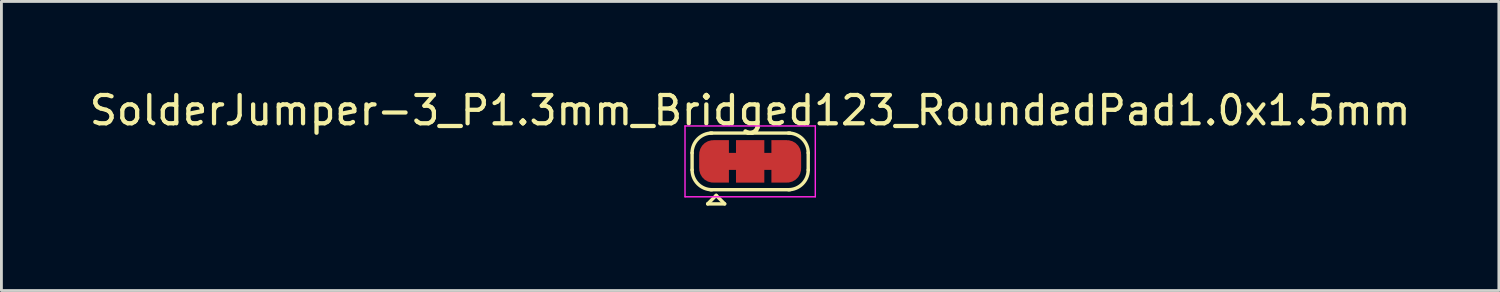
<source format=kicad_pcb>
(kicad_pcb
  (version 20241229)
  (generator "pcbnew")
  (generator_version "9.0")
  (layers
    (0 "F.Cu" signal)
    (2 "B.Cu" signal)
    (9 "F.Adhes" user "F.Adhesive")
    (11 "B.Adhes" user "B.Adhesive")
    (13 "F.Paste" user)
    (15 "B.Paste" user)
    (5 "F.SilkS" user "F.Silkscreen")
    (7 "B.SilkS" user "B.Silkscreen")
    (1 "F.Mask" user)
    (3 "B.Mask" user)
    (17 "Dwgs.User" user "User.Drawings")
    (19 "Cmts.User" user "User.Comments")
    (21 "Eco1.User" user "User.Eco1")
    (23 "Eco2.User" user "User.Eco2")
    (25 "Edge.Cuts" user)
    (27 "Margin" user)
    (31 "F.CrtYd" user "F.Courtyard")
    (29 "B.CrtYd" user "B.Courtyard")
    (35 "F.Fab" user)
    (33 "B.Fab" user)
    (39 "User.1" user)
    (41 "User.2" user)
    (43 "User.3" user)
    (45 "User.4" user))
  (footprint "SolderJumper-3_P1.3mm_Bridged123_RoundedPad1.0x1.5mm"
    (layer "F.Cu")
    (at 23.435 2.648)
    (property "Reference" "SolderJumper-3_P1.3mm_Bridged123_RoundedPad1.0x1.5mm" (at 0 -1.8 0) (layer "F.SilkS") (effects (font (size 1 1) (thickness 0.15))))
    (attr exclude_from_pos_files exclude_from_bom)
    (fp_poly (pts (xy -0.9 -0.3) (xy -0.4 -0.3) (xy -0.4 0.3) (xy -0.9 0.3)) (stroke (width 0) (type solid)) (fill yes) (layer "F.Cu"))
    (fp_poly (pts (xy 0.4 -0.3) (xy 0.9 -0.3) (xy 0.9 0.3) (xy 0.4 0.3)) (stroke (width 0) (type solid)) (fill yes) (layer "F.Cu"))
    (fp_line (start -2.05 0.3) (end -2.05 -0.3) (stroke (width 0.12) (type solid)) (layer "F.SilkS"))
    (fp_line (start -1.5 1.5) (end -0.9 1.5) (stroke (width 0.12) (type solid)) (layer "F.SilkS"))
    (fp_line (start -1.4 -1) (end 1.4 -1) (stroke (width 0.12) (type solid)) (layer "F.SilkS"))
    (fp_line (start -1.2 1.2) (end -1.5 1.5) (stroke (width 0.12) (type solid)) (layer "F.SilkS"))
    (fp_line (start -1.2 1.2) (end -0.9 1.5) (stroke (width 0.12) (type solid)) (layer "F.SilkS"))
    (fp_line (start 1.4 1) (end -1.4 1) (stroke (width 0.12) (type solid)) (layer "F.SilkS"))
    (fp_line (start 2.05 -0.3) (end 2.05 0.3) (stroke (width 0.12) (type solid)) (layer "F.SilkS"))
    (fp_arc (start -2.05 -0.3) (mid -1.844975 -0.794975) (end -1.35 -1) (stroke (width 0.12) (type solid)) (layer "F.SilkS"))
    (fp_arc (start -1.35 1) (mid -1.844975 0.794975) (end -2.05 0.3) (stroke (width 0.12) (type solid)) (layer "F.SilkS"))
    (fp_arc (start 1.35 -1) (mid 1.844975 -0.794975) (end 2.05 -0.3) (stroke (width 0.12) (type solid)) (layer "F.SilkS"))
    (fp_arc (start 2.05 0.3) (mid 1.844975 0.794975) (end 1.35 1) (stroke (width 0.12) (type solid)) (layer "F.SilkS"))
    (fp_line (start -2.3 -1.25) (end -2.3 1.25) (stroke (width 0.05) (type solid)) (layer "F.CrtYd"))
    (fp_line (start -2.3 -1.25) (end 2.3 -1.25) (stroke (width 0.05) (type solid)) (layer "F.CrtYd"))
    (fp_line (start 2.3 1.25) (end -2.3 1.25) (stroke (width 0.05) (type solid)) (layer "F.CrtYd"))
    (fp_line (start 2.3 1.25) (end 2.3 -1.25) (stroke (width 0.05) (type solid)) (layer "F.CrtYd"))
    (pad "1" smd custom (at -1.3 0) (size 1 0.5) (layers "F.Cu" "F.Mask") (options (anchor rect)) (primitives (gr_circle (center 0 0.25) (end 0.5 0.25) (width 0) (fill yes)) (gr_circle (center 0 -0.25) (end 0.5 -0.25) (width 0) (fill yes)) (gr_poly (pts (xy 0.55 0.75) (xy 0 0.75) (xy 0 -0.75) (xy 0.55 -0.75)) (width 0) (fill yes))))
    (pad "2" smd rect (at 0 0) (size 1 1.5) (layers "F.Cu" "F.Mask"))
    (pad "3" smd custom (at 1.3 0) (size 1 0.5) (layers "F.Cu" "F.Mask") (options (anchor rect)) (primitives (gr_circle (center 0 0.25) (end 0.5 0.25) (width 0) (fill yes)) (gr_circle (center 0 -0.25) (end 0.5 -0.25) (width 0) (fill yes)) (gr_poly (pts (xy 0 0.75) (xy -0.55 0.75) (xy -0.55 -0.75) (xy 0 -0.75)) (width 0) (fill yes)))))
  (gr_rect
    (start -3 -3)
    (end 49.869 7.208)
    (stroke (width 0.1) (type default))
    (fill no)
    (layer "Edge.Cuts")))
</source>
